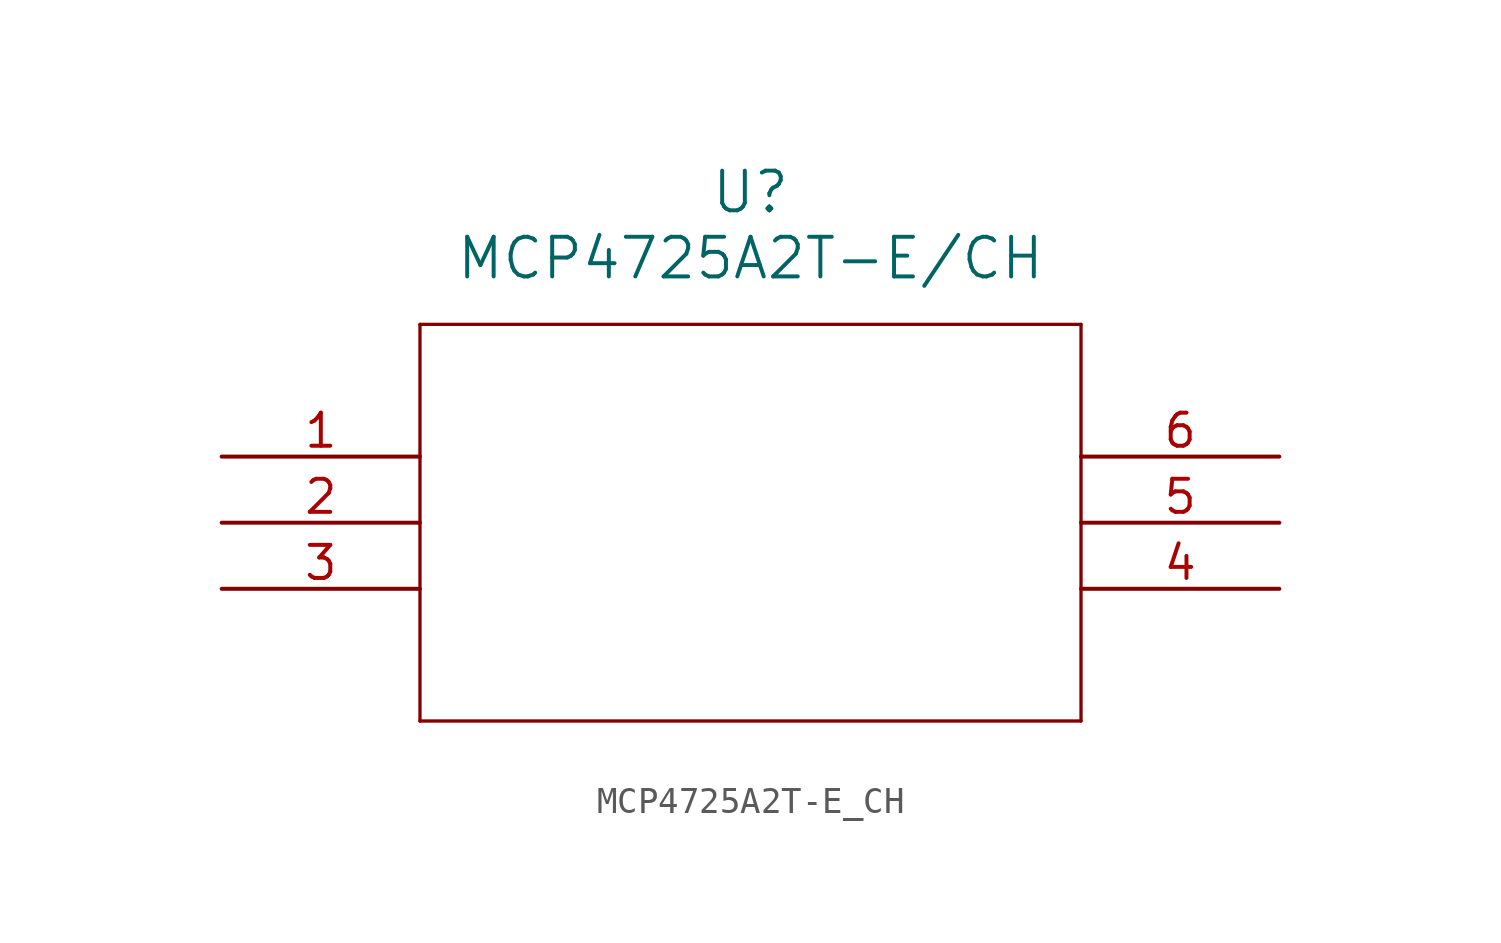
<source format=kicad_sym>
(kicad_symbol_lib
  (version 20211014)
  (generator kicad_symbol_editor)
  (symbol "MCP4725A2T-E_CH"
    (pin_names
      (offset 0.254))
    (property "Reference" "U"
      (at 20.32 10.16 0)
      (effects (font (size 1.524 1.524))))
    (property "Value" "MCP4725A2T-E/CH"
      (at 20.32 7.62 0)
      (effects (font (size 1.524 1.524))))
    (symbol "MCP4725A2T-E_CH_0_1"
      (polyline (pts (xy 7.62 5.08) (xy 7.62 -10.16)) (stroke (width 0.127) (type default) (color 0 0 0 0)) (fill (type none)))
      (polyline (pts (xy 7.62 -10.16) (xy 33.02 -10.16)) (stroke (width 0.127) (type default) (color 0 0 0 0)) (fill (type none)))
      (polyline (pts (xy 33.02 -10.16) (xy 33.02 5.08)) (stroke (width 0.127) (type default) (color 0 0 0 0)) (fill (type none)))
      (polyline (pts (xy 33.02 5.08) (xy 7.62 5.08)) (stroke (width 0.127) (type default) (color 0 0 0 0)) (fill (type none)))
      (pin unspecified line (at 0 0 0) (length 7.62) (name "" (effects (font (size 1.27 1.27)))) (number "1" (effects (font (size 1.27 1.27)))))
      (pin unspecified line (at 0 -2.54 0) (length 7.62) (name "" (effects (font (size 1.27 1.27)))) (number "2" (effects (font (size 1.27 1.27)))))
      (pin unspecified line (at 0 -5.08 0) (length 7.62) (name "" (effects (font (size 1.27 1.27)))) (number "3" (effects (font (size 1.27 1.27)))))
      (pin unspecified line (at 40.64 -5.08 180) (length 7.62) (name "" (effects (font (size 1.27 1.27)))) (number "4" (effects (font (size 1.27 1.27)))))
      (pin unspecified line (at 40.64 -2.54 180) (length 7.62) (name "" (effects (font (size 1.27 1.27)))) (number "5" (effects (font (size 1.27 1.27)))))
      (pin unspecified line (at 40.64 0 180) (length 7.62) (name "" (effects (font (size 1.27 1.27)))) (number "6" (effects (font (size 1.27 1.27))))))))
</source>
